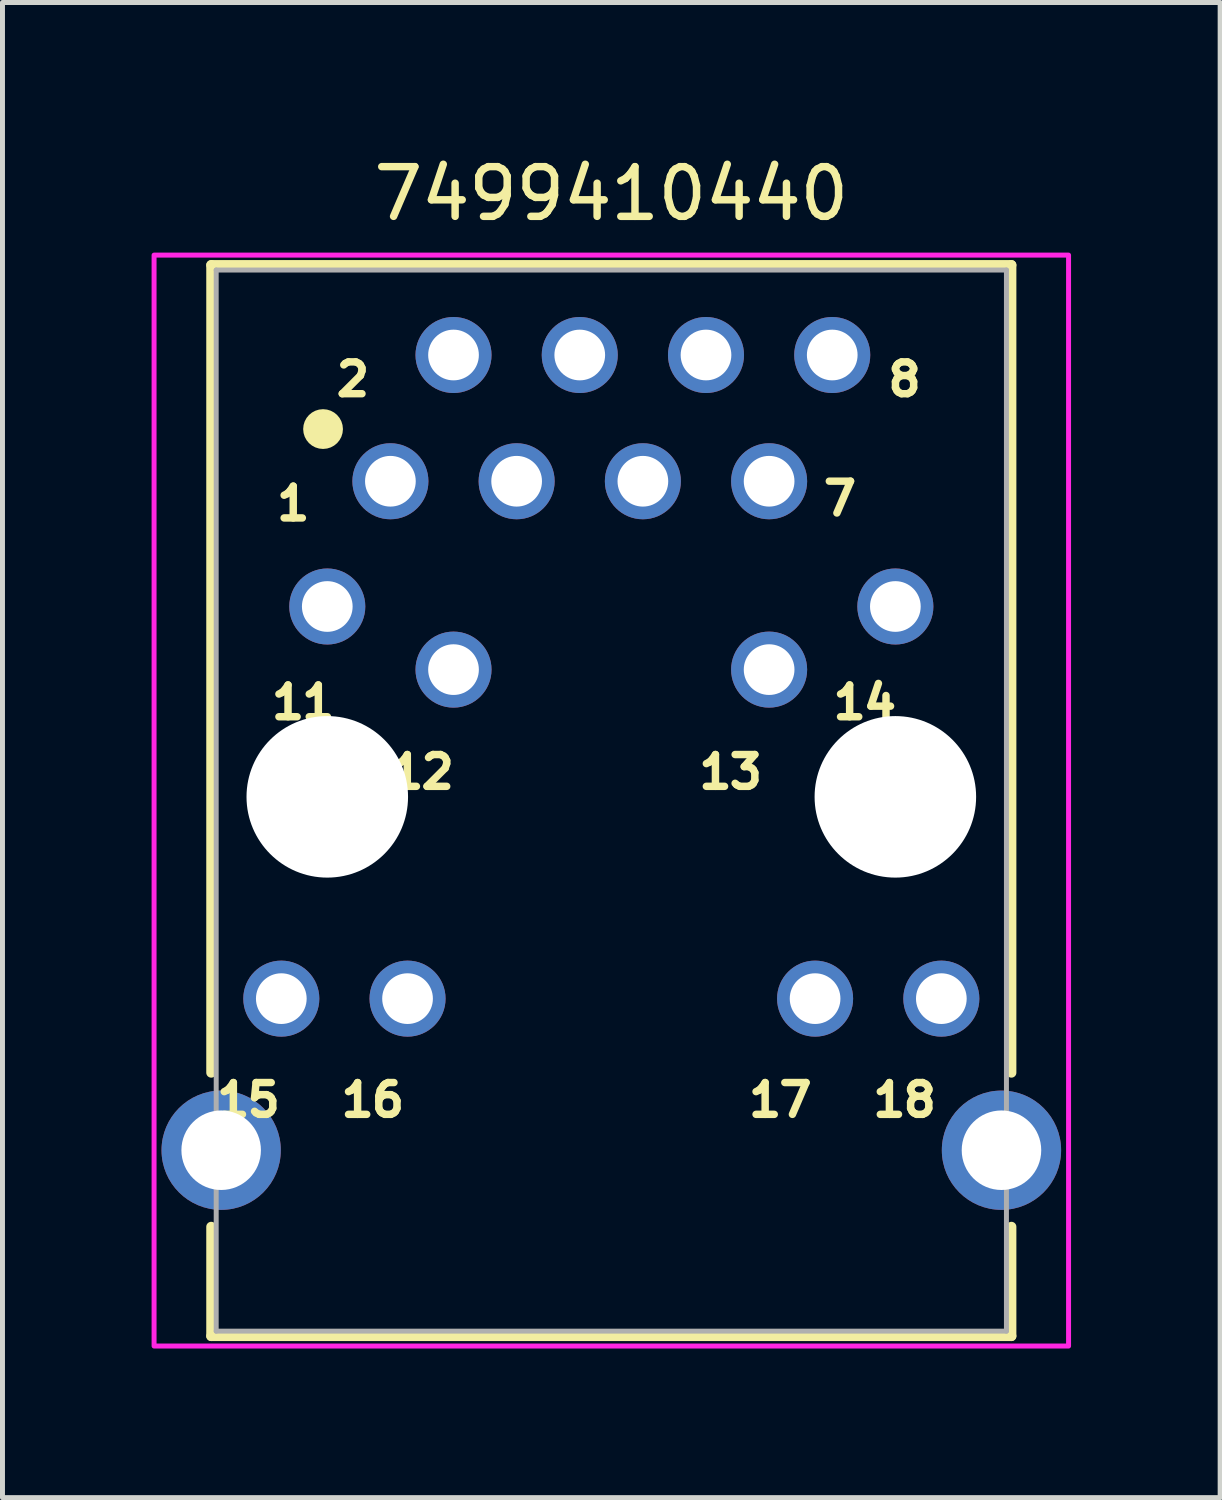
<source format=kicad_pcb>
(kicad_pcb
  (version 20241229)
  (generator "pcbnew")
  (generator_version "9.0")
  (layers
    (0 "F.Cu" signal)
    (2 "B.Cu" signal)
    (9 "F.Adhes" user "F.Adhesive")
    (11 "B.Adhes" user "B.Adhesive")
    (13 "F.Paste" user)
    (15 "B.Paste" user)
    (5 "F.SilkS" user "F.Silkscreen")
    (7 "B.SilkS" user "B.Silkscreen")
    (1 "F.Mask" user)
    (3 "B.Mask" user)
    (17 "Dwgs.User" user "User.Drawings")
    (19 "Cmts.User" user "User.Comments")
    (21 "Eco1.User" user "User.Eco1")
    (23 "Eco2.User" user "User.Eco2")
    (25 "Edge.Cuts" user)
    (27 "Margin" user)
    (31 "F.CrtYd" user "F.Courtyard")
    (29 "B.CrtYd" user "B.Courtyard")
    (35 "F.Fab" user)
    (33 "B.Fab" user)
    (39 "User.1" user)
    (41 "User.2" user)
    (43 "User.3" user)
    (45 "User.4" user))
  (footprint "7499410440"
    (layer "F.Cu")
    (at 9.25 12.983)
    (property "Reference" "7499410440" (at 0 -12.135 0) (layer "F.SilkS") (effects (font (size 1 1) (thickness 0.15))))
    (attr through_hole)
    (fp_line (start -8.05 -10.7) (end 8.05 -10.7) (stroke (width 0.2) (type solid)) (layer "F.SilkS"))
    (fp_line (start -8.05 5.55) (end -8.05 -10.7) (stroke (width 0.2) (type solid)) (layer "F.SilkS"))
    (fp_line (start -8.05 10.85) (end -8.05 8.65) (stroke (width 0.2) (type solid)) (layer "F.SilkS"))
    (fp_line (start 8.05 -10.7) (end 8.05 5.55) (stroke (width 0.2) (type solid)) (layer "F.SilkS"))
    (fp_line (start 8.05 8.65) (end 8.05 10.85) (stroke (width 0.2) (type solid)) (layer "F.SilkS"))
    (fp_line (start 8.05 10.85) (end -8.05 10.85) (stroke (width 0.2) (type solid)) (layer "F.SilkS"))
    (fp_circle (center -5.8 -7.4) (end -5.6 -7.4) (stroke (width 0.4) (type solid)) (fill no) (layer "F.SilkS"))
    (fp_poly (pts (xy -9.2 -10.9) (xy 9.2 -10.9) (xy 9.2 11.05) (xy -9.2 11.05)) (stroke (width 0.1) (type solid)) (fill no) (layer "F.CrtYd"))
    (fp_line (start -7.95 -10.6) (end 7.95 -10.6) (stroke (width 0.1) (type solid)) (layer "F.Fab"))
    (fp_line (start -7.95 10.75) (end -7.95 -10.6) (stroke (width 0.1) (type solid)) (layer "F.Fab"))
    (fp_line (start 7.95 -10.6) (end 7.95 10.75) (stroke (width 0.1) (type solid)) (layer "F.Fab"))
    (fp_line (start 7.95 10.75) (end -7.95 10.75) (stroke (width 0.1) (type solid)) (layer "F.Fab"))
    (fp_text user "8" (at 5.9 -8.4 0) (layer "F.SilkS") (effects (font (size 0.64 0.64) (thickness 0.15))))
    (fp_text user "12" (at -3.8 -0.5 0) (layer "F.SilkS") (effects (font (size 0.64 0.64) (thickness 0.15))))
    (fp_text user "1" (at -6.4 -5.9 0) (layer "F.SilkS") (effects (font (size 0.64 0.64) (thickness 0.15))))
    (fp_text user "15" (at -7.3 6.1 0) (layer "F.SilkS") (effects (font (size 0.64 0.64) (thickness 0.15))))
    (fp_text user "2" (at -5.2 -8.4 0) (layer "F.SilkS") (effects (font (size 0.64 0.64) (thickness 0.15))))
    (fp_text user "14" (at 5.1 -1.9 0) (layer "F.SilkS") (effects (font (size 0.64 0.64) (thickness 0.15))))
    (fp_text user "16" (at -4.8 6.1 0) (layer "F.SilkS") (effects (font (size 0.64 0.64) (thickness 0.15))))
    (fp_text user "17" (at 3.4 6.1 0) (layer "F.SilkS") (effects (font (size 0.64 0.64) (thickness 0.15))))
    (fp_text user "13" (at 2.4 -0.5 0) (layer "F.SilkS") (effects (font (size 0.64 0.64) (thickness 0.15))))
    (fp_text user "7" (at 4.6 -6 0) (layer "F.SilkS") (effects (font (size 0.64 0.64) (thickness 0.15))))
    (fp_text user "11" (at -6.2 -1.9 0) (layer "F.SilkS") (effects (font (size 0.64 0.64) (thickness 0.15))))
    (fp_text user "18" (at 5.9 6.1 0) (layer "F.SilkS") (effects (font (size 0.64 0.64) (thickness 0.15))))
    (pad "" np_thru_hole circle (at -5.715 0) (size 3.25 3.25) (drill 3.25) (layers "*.Cu" "*.Mask"))
    (pad "" np_thru_hole circle (at 5.715 0) (size 3.25 3.25) (drill 3.25) (layers "*.Cu" "*.Mask"))
    (pad "1" thru_hole circle (at -4.445 -6.35) (size 1.53 1.53) (drill 1.02) (layers "*.Cu" "*.Mask"))
    (pad "2" thru_hole circle (at -3.175 -8.89) (size 1.53 1.53) (drill 1.02) (layers "*.Cu" "*.Mask"))
    (pad "3" thru_hole circle (at -1.905 -6.35) (size 1.53 1.53) (drill 1.02) (layers "*.Cu" "*.Mask"))
    (pad "4" thru_hole circle (at -0.635 -8.89) (size 1.53 1.53) (drill 1.02) (layers "*.Cu" "*.Mask"))
    (pad "5" thru_hole circle (at 0.635 -6.35) (size 1.53 1.53) (drill 1.02) (layers "*.Cu" "*.Mask"))
    (pad "6" thru_hole circle (at 1.905 -8.89) (size 1.53 1.53) (drill 1.02) (layers "*.Cu" "*.Mask"))
    (pad "7" thru_hole circle (at 3.175 -6.35) (size 1.53 1.53) (drill 1.02) (layers "*.Cu" "*.Mask"))
    (pad "8" thru_hole circle (at 4.445 -8.89) (size 1.53 1.53) (drill 1.02) (layers "*.Cu" "*.Mask"))
    (pad "11" thru_hole circle (at -5.715 -3.83) (size 1.53 1.53) (drill 1.02) (layers "*.Cu" "*.Mask"))
    (pad "12" thru_hole circle (at -3.175 -2.56) (size 1.53 1.53) (drill 1.02) (layers "*.Cu" "*.Mask"))
    (pad "13" thru_hole circle (at 3.175 -2.56) (size 1.53 1.53) (drill 1.02) (layers "*.Cu" "*.Mask"))
    (pad "14" thru_hole circle (at 5.715 -3.83) (size 1.53 1.53) (drill 1.02) (layers "*.Cu" "*.Mask"))
    (pad "15" thru_hole circle (at -6.64 4.06) (size 1.53 1.53) (drill 1.02) (layers "*.Cu" "*.Mask"))
    (pad "16" thru_hole circle (at -4.1 4.06) (size 1.53 1.53) (drill 1.02) (layers "*.Cu" "*.Mask"))
    (pad "17" thru_hole circle (at 4.1 4.06) (size 1.53 1.53) (drill 1.02) (layers "*.Cu" "*.Mask"))
    (pad "18" thru_hole circle (at 6.64 4.06) (size 1.53 1.53) (drill 1.02) (layers "*.Cu" "*.Mask"))
    (pad "S1" thru_hole circle (at -7.85 7.11) (size 2.4 2.4) (drill 1.6) (layers "*.Cu" "*.Mask"))
    (pad "S2" thru_hole circle (at 7.85 7.11) (size 2.4 2.4) (drill 1.6) (layers "*.Cu" "*.Mask")))
  (gr_rect
    (start -3 -3)
    (end 21.5 27.083)
    (stroke (width 0.1) (type default))
    (fill no)
    (layer "Edge.Cuts")))
</source>
